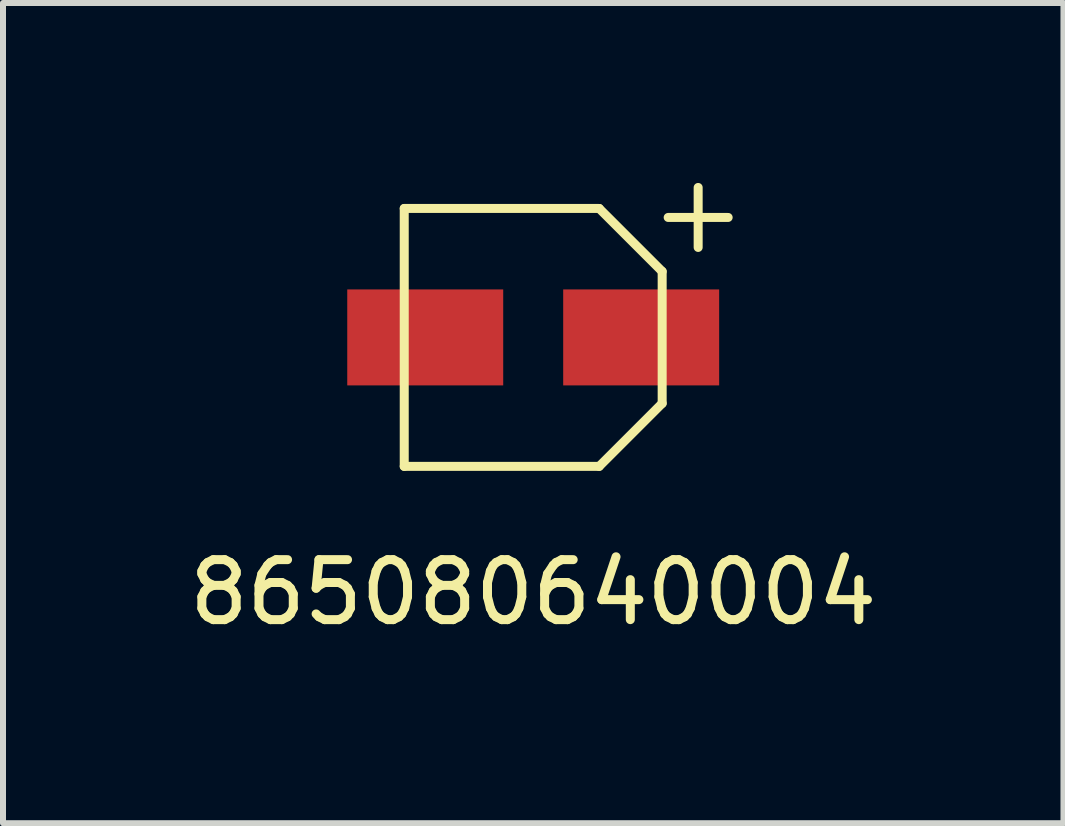
<source format=kicad_pcb>
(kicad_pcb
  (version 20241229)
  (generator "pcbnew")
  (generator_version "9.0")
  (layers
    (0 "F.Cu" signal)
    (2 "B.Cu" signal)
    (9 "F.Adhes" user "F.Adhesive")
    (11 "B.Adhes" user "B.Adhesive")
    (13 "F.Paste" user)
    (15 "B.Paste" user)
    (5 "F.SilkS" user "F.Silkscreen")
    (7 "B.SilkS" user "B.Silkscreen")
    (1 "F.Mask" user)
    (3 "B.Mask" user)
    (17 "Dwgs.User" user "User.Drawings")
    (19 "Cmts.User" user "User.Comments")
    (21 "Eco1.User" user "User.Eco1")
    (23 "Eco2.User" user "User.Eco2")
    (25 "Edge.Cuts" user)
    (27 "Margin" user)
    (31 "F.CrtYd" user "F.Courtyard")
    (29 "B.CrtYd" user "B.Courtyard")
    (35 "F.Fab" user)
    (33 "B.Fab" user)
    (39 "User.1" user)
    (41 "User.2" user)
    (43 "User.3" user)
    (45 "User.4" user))
  (footprint "865080640004"
    (layer "F.Cu")
    (at 5.839 2.575)
    (property "Reference" "865080640004" (at 0 4.25 0) (layer "F.SilkS") (effects (font (size 1 1) (thickness 0.15))))
    (attr through_hole)
    (fp_line (start -2.15 -2.15) (end 1.1 -2.15) (stroke (width 0.15) (type solid)) (layer "F.SilkS"))
    (fp_line (start -2.15 2.15) (end -2.15 -2.15) (stroke (width 0.15) (type solid)) (layer "F.SilkS"))
    (fp_line (start 1.1 -2.15) (end 2.15 -1.1) (stroke (width 0.15) (type solid)) (layer "F.SilkS"))
    (fp_line (start 1.1 2.15) (end -2.15 2.15) (stroke (width 0.15) (type solid)) (layer "F.SilkS"))
    (fp_line (start 2.15 -1.1) (end 2.15 1.1) (stroke (width 0.15) (type solid)) (layer "F.SilkS"))
    (fp_line (start 2.15 1.1) (end 1.1 2.15) (stroke (width 0.15) (type solid)) (layer "F.SilkS"))
    (fp_line (start 2.25 -2) (end 3.25 -2) (stroke (width 0.15) (type solid)) (layer "F.SilkS"))
    (fp_line (start 2.75 -2.5) (end 2.75 -1.5) (stroke (width 0.15) (type solid)) (layer "F.SilkS"))
    (pad "1" smd rect (at 1.8 0) (size 2.6 1.6) (layers "F.Cu" "F.Mask" "F.Paste"))
    (pad "2" smd rect (at -1.8 0) (size 2.6 1.6) (layers "F.Cu" "F.Mask" "F.Paste")))
  (gr_rect
    (start -3 -3)
    (end 14.679 10.673)
    (stroke (width 0.1) (type default))
    (fill no)
    (layer "Edge.Cuts")))
</source>
